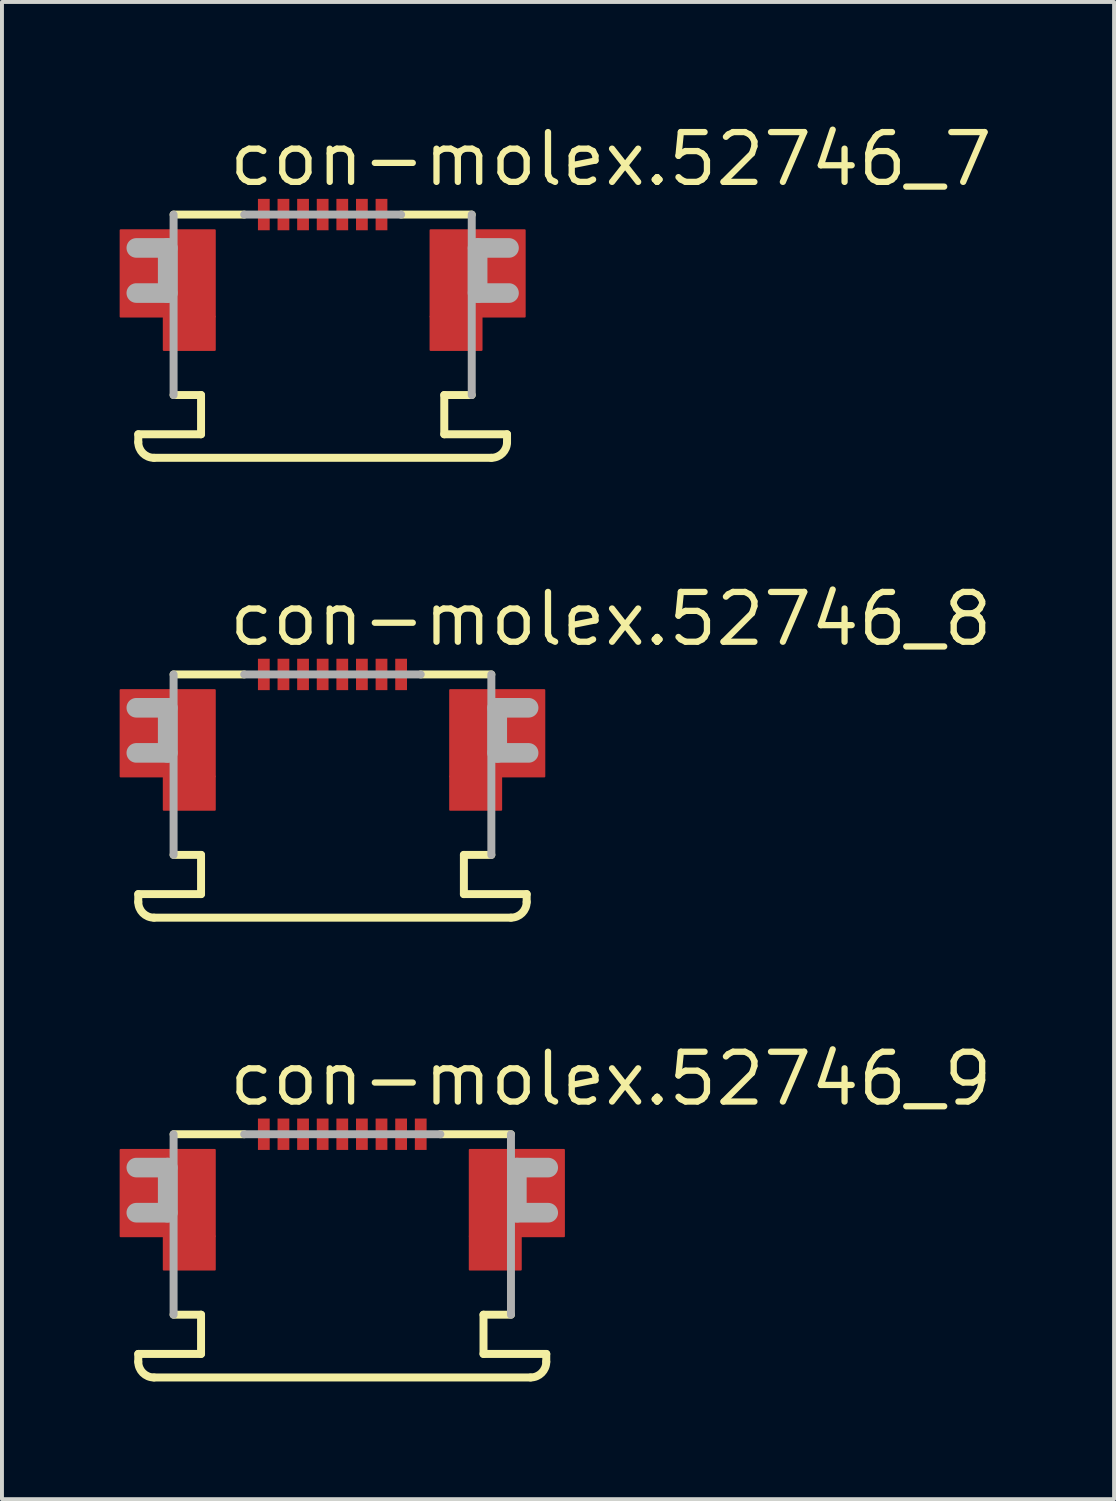
<source format=kicad_pcb>
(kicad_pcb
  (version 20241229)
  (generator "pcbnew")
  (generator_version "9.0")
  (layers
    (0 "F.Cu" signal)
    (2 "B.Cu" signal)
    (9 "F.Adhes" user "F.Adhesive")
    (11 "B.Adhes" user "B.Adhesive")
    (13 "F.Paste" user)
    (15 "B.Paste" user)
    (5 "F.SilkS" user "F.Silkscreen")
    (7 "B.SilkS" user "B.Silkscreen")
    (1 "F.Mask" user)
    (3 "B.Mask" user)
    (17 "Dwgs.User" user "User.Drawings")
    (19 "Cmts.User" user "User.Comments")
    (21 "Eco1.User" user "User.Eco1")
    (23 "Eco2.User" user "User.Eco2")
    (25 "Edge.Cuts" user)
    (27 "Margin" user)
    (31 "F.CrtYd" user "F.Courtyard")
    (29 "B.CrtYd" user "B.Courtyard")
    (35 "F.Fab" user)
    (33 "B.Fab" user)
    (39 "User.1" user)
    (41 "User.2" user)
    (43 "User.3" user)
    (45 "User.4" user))
  (footprint "con-molex.52746_7"
    (layer "F.Cu")
    (at 5.175 3.02)
    (property "Reference" "con-molex.52746_7" (at -2.465 -1.27 0) (layer "F.SilkS") (effects (font (size 1.27 1.27) (thickness 0.16)) (justify left bottom)))
    (attr smd)
    (fp_rect (start -5.15 2) (end -2.75 -0.2) (stroke (width 0.05) (type default)) (fill yes) (layer "F.Cu"))
    (fp_rect (start -4.05 2.85) (end -2.75 2) (stroke (width 0.05) (type default)) (fill yes) (layer "F.Cu"))
    (fp_rect (start 2.75 2) (end 5.15 -0.2) (stroke (width 0.05) (type default)) (fill yes) (layer "F.Cu"))
    (fp_rect (start 2.75 2.85) (end 4.05 2) (stroke (width 0.05) (type default)) (fill yes) (layer "F.Cu"))
    (fp_rect (start -5.15 2) (end -2.75 -0.2) (stroke (width 0.05) (type default)) (fill yes) (layer "F.Mask"))
    (fp_rect (start -4.05 2.85) (end -2.75 2) (stroke (width 0.05) (type default)) (fill yes) (layer "F.Mask"))
    (fp_rect (start -1.675 -0.175) (end -1.325 -1.025) (stroke (width 0.05) (type default)) (fill yes) (layer "F.Mask"))
    (fp_rect (start -1.175 -0.175) (end -0.825 -1.025) (stroke (width 0.05) (type default)) (fill yes) (layer "F.Mask"))
    (fp_rect (start -0.675 -0.175) (end -0.325 -1.025) (stroke (width 0.05) (type default)) (fill yes) (layer "F.Mask"))
    (fp_rect (start -0.175 -0.175) (end 0.175 -1.025) (stroke (width 0.05) (type default)) (fill yes) (layer "F.Mask"))
    (fp_rect (start 0.325 -0.175) (end 0.675 -1.025) (stroke (width 0.05) (type default)) (fill yes) (layer "F.Mask"))
    (fp_rect (start 0.825 -0.175) (end 1.175 -1.025) (stroke (width 0.05) (type default)) (fill yes) (layer "F.Mask"))
    (fp_rect (start 1.325 -0.175) (end 1.675 -1.025) (stroke (width 0.05) (type default)) (fill yes) (layer "F.Mask"))
    (fp_rect (start 2.75 2) (end 5.15 -0.2) (stroke (width 0.05) (type default)) (fill yes) (layer "F.Mask"))
    (fp_rect (start 2.75 2.85) (end 4.05 2) (stroke (width 0.05) (type default)) (fill yes) (layer "F.Mask"))
    (fp_line (start -4.7 5) (end -3.1 5) (stroke (width 0.203) (type default)) (layer "F.SilkS"))
    (fp_line (start -4.7 5.2) (end -4.7 5) (stroke (width 0.203) (type default)) (layer "F.SilkS"))
    (fp_line (start -3.8 -0.6) (end -2 -0.6) (stroke (width 0.203) (type default)) (layer "F.SilkS"))
    (fp_line (start -3.1 4) (end -3.8 4) (stroke (width 0.203) (type default)) (layer "F.SilkS"))
    (fp_line (start -3.1 5) (end -3.1 4) (stroke (width 0.203) (type default)) (layer "F.SilkS"))
    (fp_line (start 2 -0.6) (end 3.8 -0.6) (stroke (width 0.203) (type default)) (layer "F.SilkS"))
    (fp_line (start 3.1 4) (end 3.1 5) (stroke (width 0.203) (type default)) (layer "F.SilkS"))
    (fp_line (start 3.1 5) (end 4.7 5) (stroke (width 0.203) (type default)) (layer "F.SilkS"))
    (fp_line (start 3.8 4) (end 3.1 4) (stroke (width 0.203) (type default)) (layer "F.SilkS"))
    (fp_line (start 4.3 5.6) (end -4.3 5.6) (stroke (width 0.203) (type default)) (layer "F.SilkS"))
    (fp_line (start 4.7 5) (end 4.7 5.2) (stroke (width 0.203) (type default)) (layer "F.SilkS"))
    (fp_arc (start -4.3 5.6) (mid -4.582843 5.482843) (end -4.7 5.2) (stroke (width 0.2032) (type default)) (layer "F.SilkS"))
    (fp_arc (start 4.7 5.2) (mid 4.582843 5.482843) (end 4.3 5.6) (stroke (width 0.2032) (type default)) (layer "F.SilkS"))
    (fp_rect (start -5.025 1.9) (end -2.85 -0.075) (stroke (width 0.05) (type default)) (fill yes) (layer "F.Paste"))
    (fp_rect (start -3.95 2.75) (end -2.85 1.9) (stroke (width 0.05) (type default)) (fill yes) (layer "F.Paste"))
    (fp_rect (start 2.85 1.9) (end 5.025 -0.075) (stroke (width 0.05) (type default)) (fill yes) (layer "F.Paste"))
    (fp_rect (start 2.85 2.75) (end 3.95 1.9) (stroke (width 0.05) (type default)) (fill yes) (layer "F.Paste"))
    (fp_line (start -4.75 0.25) (end -3.95 0.25) (stroke (width 0.5) (type default)) (layer "F.Fab"))
    (fp_line (start -3.95 0.25) (end -3.95 1.4) (stroke (width 0.5) (type default)) (layer "F.Fab"))
    (fp_line (start -3.95 1.4) (end -4.75 1.4) (stroke (width 0.5) (type default)) (layer "F.Fab"))
    (fp_line (start -3.8 4) (end -3.8 -0.6) (stroke (width 0.203) (type default)) (layer "F.Fab"))
    (fp_line (start -2 -0.6) (end 2 -0.6) (stroke (width 0.203) (type default)) (layer "F.Fab"))
    (fp_line (start 3.8 -0.6) (end 3.8 4) (stroke (width 0.203) (type default)) (layer "F.Fab"))
    (fp_line (start 3.95 0.25) (end 4.75 0.25) (stroke (width 0.5) (type default)) (layer "F.Fab"))
    (fp_line (start 3.95 1.4) (end 3.95 0.25) (stroke (width 0.5) (type default)) (layer "F.Fab"))
    (fp_line (start 4.75 1.4) (end 3.95 1.4) (stroke (width 0.5) (type default)) (layer "F.Fab"))
    (pad "1" smd roundrect (at -1.5 -0.6) (size 0.3 0.8) (layers "F.Cu" "F.Mask" "F.Paste") (roundrect_rratio 0.01))
    (pad "2" smd roundrect (at -1 -0.6) (size 0.3 0.8) (layers "F.Cu" "F.Mask" "F.Paste") (roundrect_rratio 0.01))
    (pad "3" smd roundrect (at -0.5 -0.6) (size 0.3 0.8) (layers "F.Cu" "F.Mask" "F.Paste") (roundrect_rratio 0.01))
    (pad "4" smd roundrect (at 0 -0.6) (size 0.3 0.8) (layers "F.Cu" "F.Mask" "F.Paste") (roundrect_rratio 0.01))
    (pad "5" smd roundrect (at 0.5 -0.6) (size 0.3 0.8) (layers "F.Cu" "F.Mask" "F.Paste") (roundrect_rratio 0.01))
    (pad "6" smd roundrect (at 1 -0.6) (size 0.3 0.8) (layers "F.Cu" "F.Mask" "F.Paste") (roundrect_rratio 0.01))
    (pad "7" smd roundrect (at 1.5 -0.6) (size 0.3 0.8) (layers "F.Cu" "F.Mask" "F.Paste") (roundrect_rratio 0.01)))
  (footprint "con-molex.52746_9"
    (layer "F.Cu")
    (at 5.675 26.463)
    (property "Reference" "con-molex.52746_9" (at -2.965 -1.27 0) (layer "F.SilkS") (effects (font (size 1.27 1.27) (thickness 0.16)) (justify left bottom)))
    (attr smd)
    (fp_rect (start -5.65 2) (end -3.25 -0.2) (stroke (width 0.05) (type default)) (fill yes) (layer "F.Cu"))
    (fp_rect (start -4.55 2.85) (end -3.25 2) (stroke (width 0.05) (type default)) (fill yes) (layer "F.Cu"))
    (fp_rect (start 3.25 2) (end 5.65 -0.2) (stroke (width 0.05) (type default)) (fill yes) (layer "F.Cu"))
    (fp_rect (start 3.25 2.85) (end 4.55 2) (stroke (width 0.05) (type default)) (fill yes) (layer "F.Cu"))
    (fp_rect (start -5.65 2) (end -3.25 -0.2) (stroke (width 0.05) (type default)) (fill yes) (layer "F.Mask"))
    (fp_rect (start -4.55 2.85) (end -3.25 2) (stroke (width 0.05) (type default)) (fill yes) (layer "F.Mask"))
    (fp_rect (start -2.175 -0.175) (end -1.825 -1.025) (stroke (width 0.05) (type default)) (fill yes) (layer "F.Mask"))
    (fp_rect (start -1.675 -0.175) (end -1.325 -1.025) (stroke (width 0.05) (type default)) (fill yes) (layer "F.Mask"))
    (fp_rect (start -1.175 -0.175) (end -0.825 -1.025) (stroke (width 0.05) (type default)) (fill yes) (layer "F.Mask"))
    (fp_rect (start -0.675 -0.175) (end -0.325 -1.025) (stroke (width 0.05) (type default)) (fill yes) (layer "F.Mask"))
    (fp_rect (start -0.175 -0.175) (end 0.175 -1.025) (stroke (width 0.05) (type default)) (fill yes) (layer "F.Mask"))
    (fp_rect (start 0.325 -0.175) (end 0.675 -1.025) (stroke (width 0.05) (type default)) (fill yes) (layer "F.Mask"))
    (fp_rect (start 0.825 -0.175) (end 1.175 -1.025) (stroke (width 0.05) (type default)) (fill yes) (layer "F.Mask"))
    (fp_rect (start 1.325 -0.175) (end 1.675 -1.025) (stroke (width 0.05) (type default)) (fill yes) (layer "F.Mask"))
    (fp_rect (start 1.825 -0.175) (end 2.175 -1.025) (stroke (width 0.05) (type default)) (fill yes) (layer "F.Mask"))
    (fp_rect (start 3.25 2) (end 5.65 -0.2) (stroke (width 0.05) (type default)) (fill yes) (layer "F.Mask"))
    (fp_rect (start 3.25 2.85) (end 4.55 2) (stroke (width 0.05) (type default)) (fill yes) (layer "F.Mask"))
    (fp_line (start -5.2 5) (end -3.6 5) (stroke (width 0.203) (type default)) (layer "F.SilkS"))
    (fp_line (start -5.2 5.2) (end -5.2 5) (stroke (width 0.203) (type default)) (layer "F.SilkS"))
    (fp_line (start -4.3 -0.6) (end -2.5 -0.6) (stroke (width 0.203) (type default)) (layer "F.SilkS"))
    (fp_line (start -3.6 4) (end -4.3 4) (stroke (width 0.203) (type default)) (layer "F.SilkS"))
    (fp_line (start -3.6 5) (end -3.6 4) (stroke (width 0.203) (type default)) (layer "F.SilkS"))
    (fp_line (start 2.5 -0.6) (end 4.3 -0.6) (stroke (width 0.203) (type default)) (layer "F.SilkS"))
    (fp_line (start 3.6 4) (end 3.6 5) (stroke (width 0.203) (type default)) (layer "F.SilkS"))
    (fp_line (start 3.6 5) (end 5.2 5) (stroke (width 0.203) (type default)) (layer "F.SilkS"))
    (fp_line (start 4.3 4) (end 3.6 4) (stroke (width 0.203) (type default)) (layer "F.SilkS"))
    (fp_line (start 4.8 5.6) (end -4.8 5.6) (stroke (width 0.203) (type default)) (layer "F.SilkS"))
    (fp_line (start 5.2 5) (end 5.2 5.2) (stroke (width 0.203) (type default)) (layer "F.SilkS"))
    (fp_arc (start -4.8 5.6) (mid -5.082843 5.482843) (end -5.2 5.2) (stroke (width 0.2032) (type default)) (layer "F.SilkS"))
    (fp_arc (start 5.2 5.2) (mid 5.082843 5.482843) (end 4.8 5.6) (stroke (width 0.2032) (type default)) (layer "F.SilkS"))
    (fp_rect (start -5.525 1.9) (end -3.35 -0.075) (stroke (width 0.05) (type default)) (fill yes) (layer "F.Paste"))
    (fp_rect (start -4.45 2.75) (end -3.35 1.9) (stroke (width 0.05) (type default)) (fill yes) (layer "F.Paste"))
    (fp_rect (start 3.35 1.9) (end 5.525 -0.075) (stroke (width 0.05) (type default)) (fill yes) (layer "F.Paste"))
    (fp_rect (start 3.35 2.75) (end 4.45 1.9) (stroke (width 0.05) (type default)) (fill yes) (layer "F.Paste"))
    (fp_line (start -5.25 0.25) (end -4.45 0.25) (stroke (width 0.5) (type default)) (layer "F.Fab"))
    (fp_line (start -4.45 0.25) (end -4.45 1.4) (stroke (width 0.5) (type default)) (layer "F.Fab"))
    (fp_line (start -4.45 1.4) (end -5.25 1.4) (stroke (width 0.5) (type default)) (layer "F.Fab"))
    (fp_line (start -4.3 4) (end -4.3 -0.6) (stroke (width 0.203) (type default)) (layer "F.Fab"))
    (fp_line (start -2.5 -0.6) (end 2.5 -0.6) (stroke (width 0.203) (type default)) (layer "F.Fab"))
    (fp_line (start 4.3 -0.6) (end 4.3 4) (stroke (width 0.203) (type default)) (layer "F.Fab"))
    (fp_line (start 4.45 0.25) (end 5.25 0.25) (stroke (width 0.5) (type default)) (layer "F.Fab"))
    (fp_line (start 4.45 1.4) (end 4.45 0.25) (stroke (width 0.5) (type default)) (layer "F.Fab"))
    (fp_line (start 5.25 1.4) (end 4.45 1.4) (stroke (width 0.5) (type default)) (layer "F.Fab"))
    (pad "1" smd roundrect (at -2 -0.6) (size 0.3 0.8) (layers "F.Cu" "F.Mask" "F.Paste") (roundrect_rratio 0.01))
    (pad "2" smd roundrect (at -1.5 -0.6) (size 0.3 0.8) (layers "F.Cu" "F.Mask" "F.Paste") (roundrect_rratio 0.01))
    (pad "3" smd roundrect (at -1 -0.6) (size 0.3 0.8) (layers "F.Cu" "F.Mask" "F.Paste") (roundrect_rratio 0.01))
    (pad "4" smd roundrect (at -0.5 -0.6) (size 0.3 0.8) (layers "F.Cu" "F.Mask" "F.Paste") (roundrect_rratio 0.01))
    (pad "5" smd roundrect (at 0 -0.6) (size 0.3 0.8) (layers "F.Cu" "F.Mask" "F.Paste") (roundrect_rratio 0.01))
    (pad "6" smd roundrect (at 0.5 -0.6) (size 0.3 0.8) (layers "F.Cu" "F.Mask" "F.Paste") (roundrect_rratio 0.01))
    (pad "7" smd roundrect (at 1 -0.6) (size 0.3 0.8) (layers "F.Cu" "F.Mask" "F.Paste") (roundrect_rratio 0.01))
    (pad "8" smd roundrect (at 1.5 -0.6) (size 0.3 0.8) (layers "F.Cu" "F.Mask" "F.Paste") (roundrect_rratio 0.01))
    (pad "9" smd roundrect (at 2 -0.6) (size 0.3 0.8) (layers "F.Cu" "F.Mask" "F.Paste") (roundrect_rratio 0.01)))
  (footprint "con-molex.52746_8"
    (layer "F.Cu")
    (at 5.425 14.742)
    (property "Reference" "con-molex.52746_8" (at -2.715 -1.27 0) (layer "F.SilkS") (effects (font (size 1.27 1.27) (thickness 0.16)) (justify left bottom)))
    (attr smd)
    (fp_rect (start -5.4 2) (end -3 -0.2) (stroke (width 0.05) (type default)) (fill yes) (layer "F.Cu"))
    (fp_rect (start -4.3 2.85) (end -3 2) (stroke (width 0.05) (type default)) (fill yes) (layer "F.Cu"))
    (fp_rect (start 3 2) (end 5.4 -0.2) (stroke (width 0.05) (type default)) (fill yes) (layer "F.Cu"))
    (fp_rect (start 3 2.85) (end 4.3 2) (stroke (width 0.05) (type default)) (fill yes) (layer "F.Cu"))
    (fp_rect (start -5.4 2) (end -3 -0.2) (stroke (width 0.05) (type default)) (fill yes) (layer "F.Mask"))
    (fp_rect (start -4.3 2.85) (end -3 2) (stroke (width 0.05) (type default)) (fill yes) (layer "F.Mask"))
    (fp_rect (start -1.925 -0.175) (end -1.575 -1.025) (stroke (width 0.05) (type default)) (fill yes) (layer "F.Mask"))
    (fp_rect (start -1.425 -0.175) (end -1.075 -1.025) (stroke (width 0.05) (type default)) (fill yes) (layer "F.Mask"))
    (fp_rect (start -0.925 -0.175) (end -0.575 -1.025) (stroke (width 0.05) (type default)) (fill yes) (layer "F.Mask"))
    (fp_rect (start -0.425 -0.175) (end -0.075 -1.025) (stroke (width 0.05) (type default)) (fill yes) (layer "F.Mask"))
    (fp_rect (start 0.075 -0.175) (end 0.425 -1.025) (stroke (width 0.05) (type default)) (fill yes) (layer "F.Mask"))
    (fp_rect (start 0.575 -0.175) (end 0.925 -1.025) (stroke (width 0.05) (type default)) (fill yes) (layer "F.Mask"))
    (fp_rect (start 1.075 -0.175) (end 1.425 -1.025) (stroke (width 0.05) (type default)) (fill yes) (layer "F.Mask"))
    (fp_rect (start 1.575 -0.175) (end 1.925 -1.025) (stroke (width 0.05) (type default)) (fill yes) (layer "F.Mask"))
    (fp_rect (start 3 2) (end 5.4 -0.2) (stroke (width 0.05) (type default)) (fill yes) (layer "F.Mask"))
    (fp_rect (start 3 2.85) (end 4.3 2) (stroke (width 0.05) (type default)) (fill yes) (layer "F.Mask"))
    (fp_line (start -4.95 5) (end -3.35 5) (stroke (width 0.203) (type default)) (layer "F.SilkS"))
    (fp_line (start -4.95 5.2) (end -4.95 5) (stroke (width 0.203) (type default)) (layer "F.SilkS"))
    (fp_line (start -4.05 -0.6) (end -2.25 -0.6) (stroke (width 0.203) (type default)) (layer "F.SilkS"))
    (fp_line (start -3.35 4) (end -4.05 4) (stroke (width 0.203) (type default)) (layer "F.SilkS"))
    (fp_line (start -3.35 5) (end -3.35 4) (stroke (width 0.203) (type default)) (layer "F.SilkS"))
    (fp_line (start 2.25 -0.6) (end 4.05 -0.6) (stroke (width 0.203) (type default)) (layer "F.SilkS"))
    (fp_line (start 3.35 4) (end 3.35 5) (stroke (width 0.203) (type default)) (layer "F.SilkS"))
    (fp_line (start 3.35 5) (end 4.95 5) (stroke (width 0.203) (type default)) (layer "F.SilkS"))
    (fp_line (start 4.05 4) (end 3.35 4) (stroke (width 0.203) (type default)) (layer "F.SilkS"))
    (fp_line (start 4.55 5.6) (end -4.55 5.6) (stroke (width 0.203) (type default)) (layer "F.SilkS"))
    (fp_line (start 4.95 5) (end 4.95 5.2) (stroke (width 0.203) (type default)) (layer "F.SilkS"))
    (fp_arc (start -4.55 5.6) (mid -4.832843 5.482843) (end -4.95 5.2) (stroke (width 0.2032) (type default)) (layer "F.SilkS"))
    (fp_arc (start 4.95 5.2) (mid 4.832843 5.482843) (end 4.55 5.6) (stroke (width 0.2032) (type default)) (layer "F.SilkS"))
    (fp_rect (start -5.275 1.9) (end -3.1 -0.075) (stroke (width 0.05) (type default)) (fill yes) (layer "F.Paste"))
    (fp_rect (start -4.2 2.75) (end -3.1 1.9) (stroke (width 0.05) (type default)) (fill yes) (layer "F.Paste"))
    (fp_rect (start 3.1 1.9) (end 5.275 -0.075) (stroke (width 0.05) (type default)) (fill yes) (layer "F.Paste"))
    (fp_rect (start 3.1 2.75) (end 4.2 1.9) (stroke (width 0.05) (type default)) (fill yes) (layer "F.Paste"))
    (fp_line (start -5 0.25) (end -4.2 0.25) (stroke (width 0.5) (type default)) (layer "F.Fab"))
    (fp_line (start -4.2 0.25) (end -4.2 1.4) (stroke (width 0.5) (type default)) (layer "F.Fab"))
    (fp_line (start -4.2 1.4) (end -5 1.4) (stroke (width 0.5) (type default)) (layer "F.Fab"))
    (fp_line (start -4.05 4) (end -4.05 -0.6) (stroke (width 0.203) (type default)) (layer "F.Fab"))
    (fp_line (start -2.25 -0.6) (end 2.25 -0.6) (stroke (width 0.203) (type default)) (layer "F.Fab"))
    (fp_line (start 4.05 -0.6) (end 4.05 4) (stroke (width 0.203) (type default)) (layer "F.Fab"))
    (fp_line (start 4.2 0.25) (end 5 0.25) (stroke (width 0.5) (type default)) (layer "F.Fab"))
    (fp_line (start 4.2 1.4) (end 4.2 0.25) (stroke (width 0.5) (type default)) (layer "F.Fab"))
    (fp_line (start 5 1.4) (end 4.2 1.4) (stroke (width 0.5) (type default)) (layer "F.Fab"))
    (pad "1" smd roundrect (at -1.75 -0.6) (size 0.3 0.8) (layers "F.Cu" "F.Mask" "F.Paste") (roundrect_rratio 0.01))
    (pad "2" smd roundrect (at -1.25 -0.6) (size 0.3 0.8) (layers "F.Cu" "F.Mask" "F.Paste") (roundrect_rratio 0.01))
    (pad "3" smd roundrect (at -0.75 -0.6) (size 0.3 0.8) (layers "F.Cu" "F.Mask" "F.Paste") (roundrect_rratio 0.01))
    (pad "4" smd roundrect (at -0.25 -0.6) (size 0.3 0.8) (layers "F.Cu" "F.Mask" "F.Paste") (roundrect_rratio 0.01))
    (pad "5" smd roundrect (at 0.25 -0.6) (size 0.3 0.8) (layers "F.Cu" "F.Mask" "F.Paste") (roundrect_rratio 0.01))
    (pad "6" smd roundrect (at 0.75 -0.6) (size 0.3 0.8) (layers "F.Cu" "F.Mask" "F.Paste") (roundrect_rratio 0.01))
    (pad "7" smd roundrect (at 1.25 -0.6) (size 0.3 0.8) (layers "F.Cu" "F.Mask" "F.Paste") (roundrect_rratio 0.01))
    (pad "8" smd roundrect (at 1.75 -0.6) (size 0.3 0.8) (layers "F.Cu" "F.Mask" "F.Paste") (roundrect_rratio 0.01)))
  (gr_rect
    (start -3 -3)
    (end 25.349 35.165)
    (stroke (width 0.1) (type default))
    (fill no)
    (layer "Edge.Cuts")))
</source>
